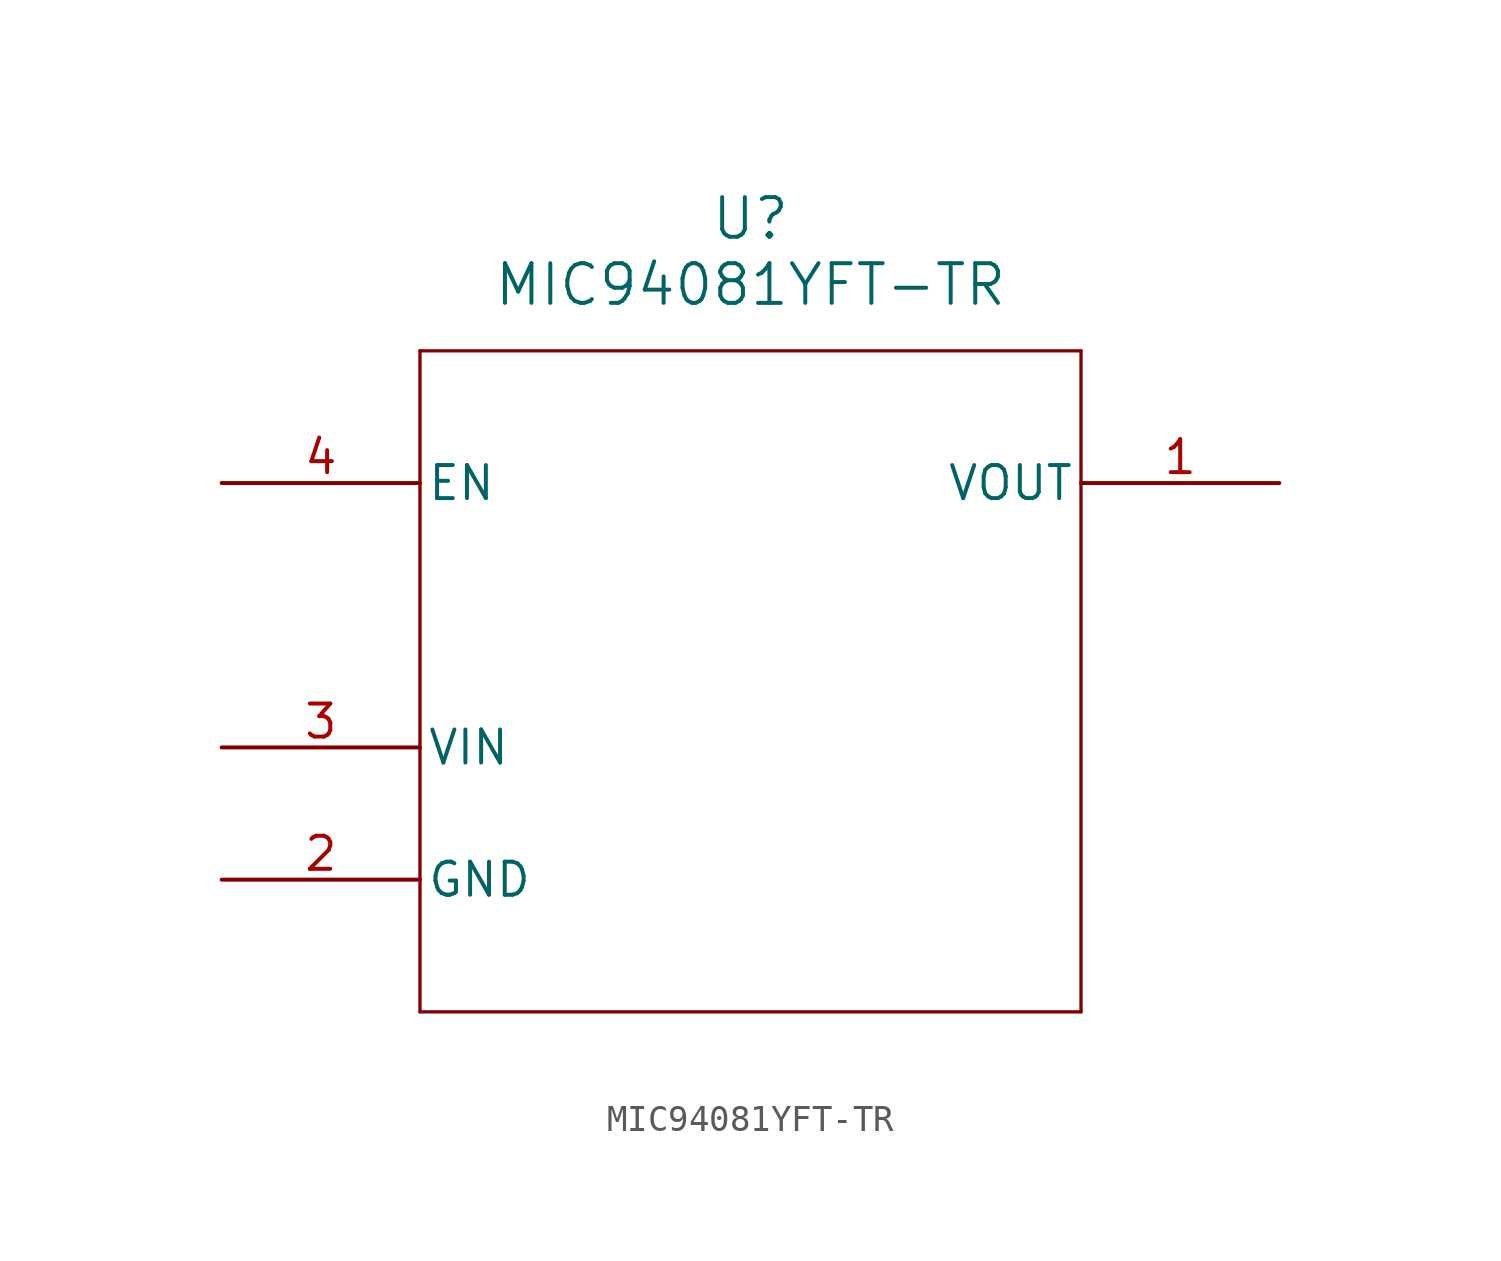
<source format=kicad_sym>
(kicad_symbol_lib
  (version 20211014)
  (generator kicad_symbol_editor)
  (symbol "MIC94081YFT-TR"
    (pin_names
      (offset 0.254))
    (property "Reference" "U"
      (at 20.32 10.16 0)
      (effects (font (size 1.524 1.524))))
    (property "Value" "MIC94081YFT-TR"
      (at 20.32 7.62 0)
      (effects (font (size 1.524 1.524))))
    (symbol "MIC94081YFT-TR_0_1"
      (polyline (pts (xy 7.62 5.08) (xy 7.62 -20.32)) (stroke (width 0.127) (type default) (color 0 0 0 0)) (fill (type none)))
      (polyline (pts (xy 7.62 -20.32) (xy 33.02 -20.32)) (stroke (width 0.127) (type default) (color 0 0 0 0)) (fill (type none)))
      (polyline (pts (xy 33.02 -20.32) (xy 33.02 5.08)) (stroke (width 0.127) (type default) (color 0 0 0 0)) (fill (type none)))
      (polyline (pts (xy 33.02 5.08) (xy 7.62 5.08)) (stroke (width 0.127) (type default) (color 0 0 0 0)) (fill (type none)))
      (pin output line (at 40.64 0 180) (length 7.62) (name "VOUT" (effects (font (size 1.27 1.27)))) (number "1" (effects (font (size 1.27 1.27)))))
      (pin power_out line (at 0 -15.24 0) (length 7.62) (name "GND" (effects (font (size 1.27 1.27)))) (number "2" (effects (font (size 1.27 1.27)))))
      (pin power_in line (at 0 -10.16 0) (length 7.62) (name "VIN" (effects (font (size 1.27 1.27)))) (number "3" (effects (font (size 1.27 1.27)))))
      (pin input line (at 0 0 0) (length 7.62) (name "EN" (effects (font (size 1.27 1.27)))) (number "4" (effects (font (size 1.27 1.27))))))))
</source>
